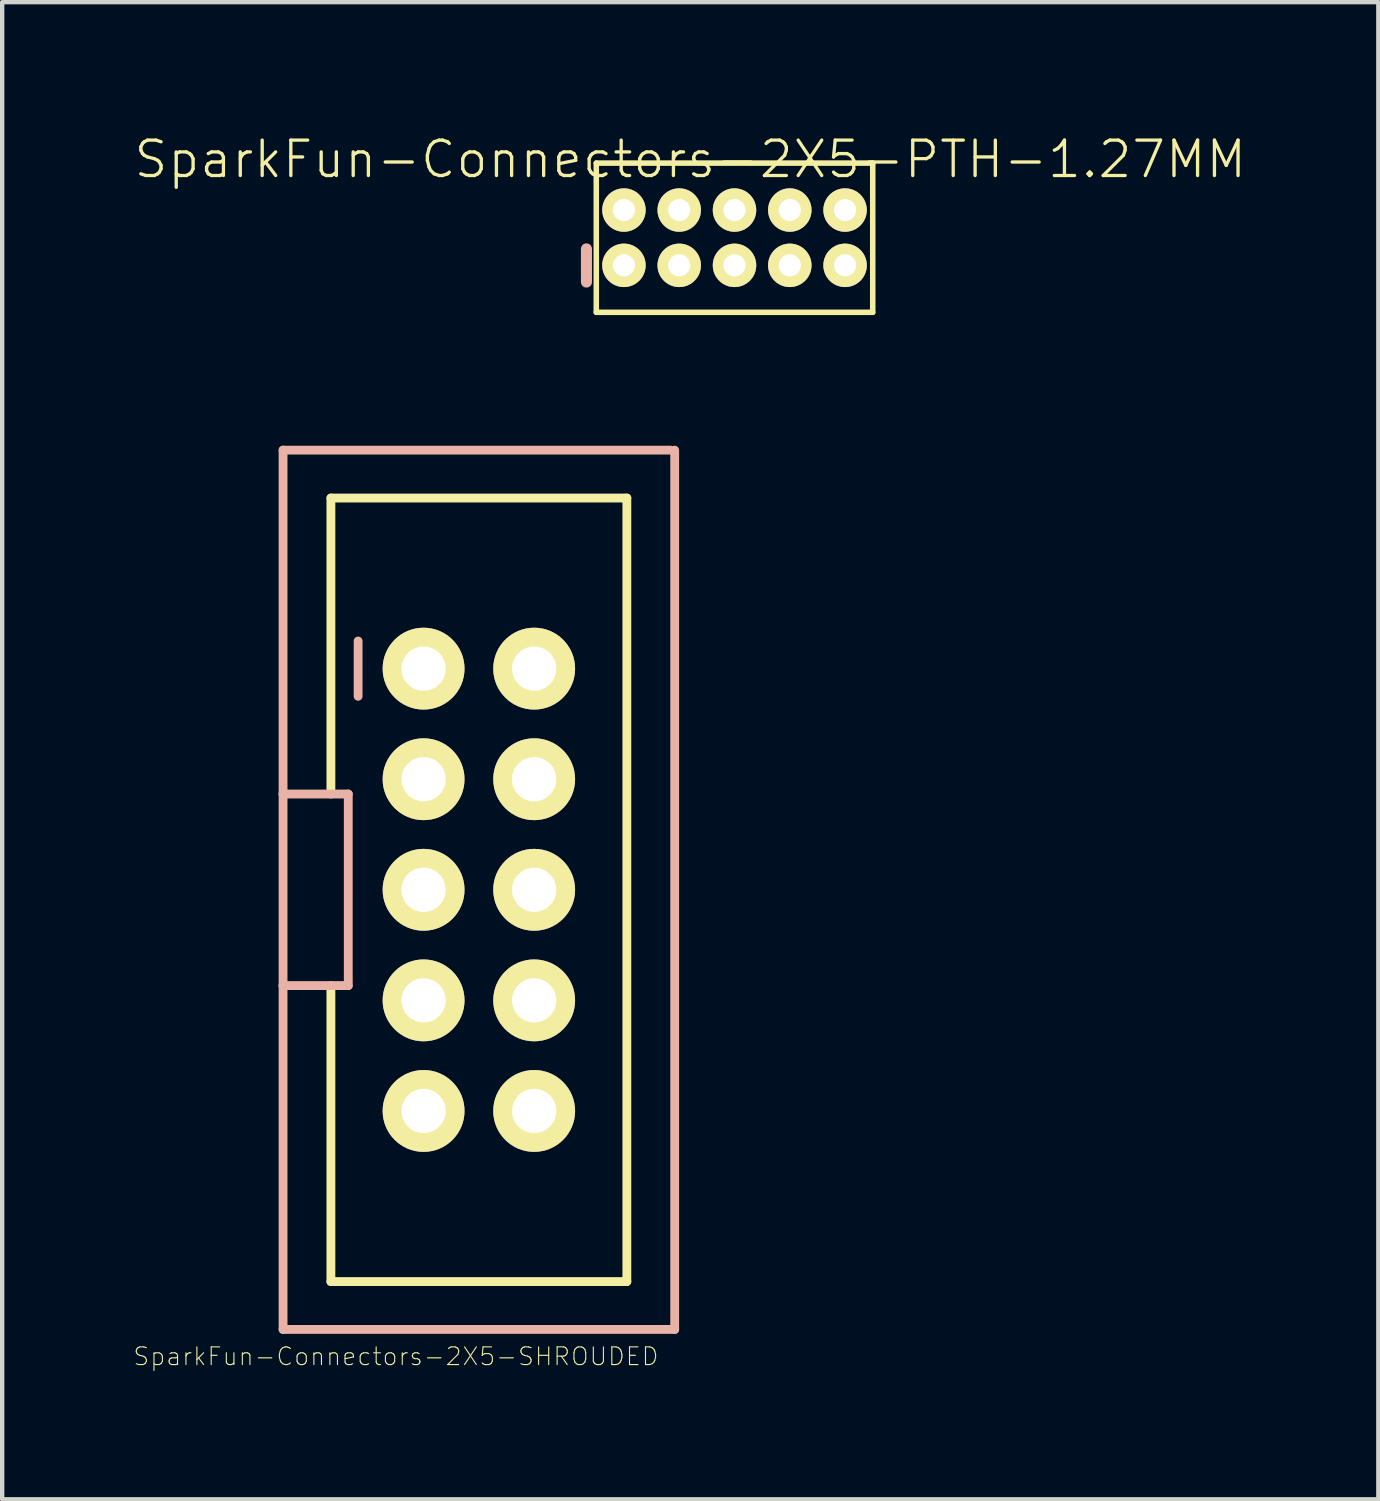
<source format=kicad_pcb>
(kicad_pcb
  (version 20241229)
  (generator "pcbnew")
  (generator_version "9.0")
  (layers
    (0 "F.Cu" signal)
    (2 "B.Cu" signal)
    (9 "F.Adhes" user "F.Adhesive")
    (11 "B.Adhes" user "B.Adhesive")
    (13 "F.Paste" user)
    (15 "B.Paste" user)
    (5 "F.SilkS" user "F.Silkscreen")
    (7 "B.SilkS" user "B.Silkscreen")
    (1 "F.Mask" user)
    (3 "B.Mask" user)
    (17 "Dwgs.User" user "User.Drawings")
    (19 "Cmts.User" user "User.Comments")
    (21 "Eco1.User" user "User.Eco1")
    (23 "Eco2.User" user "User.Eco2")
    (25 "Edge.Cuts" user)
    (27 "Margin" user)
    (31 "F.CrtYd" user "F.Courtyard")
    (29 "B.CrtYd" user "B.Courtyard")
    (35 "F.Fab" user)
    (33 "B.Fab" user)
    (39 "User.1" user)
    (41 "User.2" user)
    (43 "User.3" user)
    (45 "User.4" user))
  (footprint "SparkFun-Connectors-2X5-SHROUDED"
    (layer "F.Cu")
    (at 7.95 17.389)
    (property "Reference" "SparkFun-Connectors-2X5-SHROUDED" (at -1.905 10.719 0) (layer "F.SilkS") (effects (font (size 0.406 0.406) (thickness 0.025))))
    (attr exclude_from_pos_files exclude_from_bom)
    (fp_line (start -3.399 -8.999) (end -3.399 -2.2) (stroke (width 0.203) (type solid)) (layer "F.SilkS"))
    (fp_line (start -3.399 -8.999) (end 3.399 -8.999) (stroke (width 0.203) (type solid)) (layer "F.SilkS"))
    (fp_line (start -3.399 8.999) (end -3.399 2.2) (stroke (width 0.203) (type solid)) (layer "F.SilkS"))
    (fp_line (start -3.399 8.999) (end 3.399 8.999) (stroke (width 0.203) (type solid)) (layer "F.SilkS"))
    (fp_line (start -1.524 -5.334) (end -1.016 -5.334) (stroke (width 0.066) (type solid)) (layer "F.SilkS"))
    (fp_line (start -1.524 -4.826) (end -1.524 -5.334) (stroke (width 0.066) (type solid)) (layer "F.SilkS"))
    (fp_line (start -1.524 -4.826) (end -1.016 -4.826) (stroke (width 0.066) (type solid)) (layer "F.SilkS"))
    (fp_line (start -1.524 -2.794) (end -1.016 -2.794) (stroke (width 0.066) (type solid)) (layer "F.SilkS"))
    (fp_line (start -1.524 -2.286) (end -1.524 -2.794) (stroke (width 0.066) (type solid)) (layer "F.SilkS"))
    (fp_line (start -1.524 -2.286) (end -1.016 -2.286) (stroke (width 0.066) (type solid)) (layer "F.SilkS"))
    (fp_line (start -1.524 -0.254) (end -1.016 -0.254) (stroke (width 0.066) (type solid)) (layer "F.SilkS"))
    (fp_line (start -1.524 0.254) (end -1.524 -0.254) (stroke (width 0.066) (type solid)) (layer "F.SilkS"))
    (fp_line (start -1.524 0.254) (end -1.016 0.254) (stroke (width 0.066) (type solid)) (layer "F.SilkS"))
    (fp_line (start -1.524 2.286) (end -1.016 2.286) (stroke (width 0.066) (type solid)) (layer "F.SilkS"))
    (fp_line (start -1.524 2.286) (end -1.016 2.286) (stroke (width 0.066) (type solid)) (layer "F.SilkS"))
    (fp_line (start -1.524 2.794) (end -1.524 2.286) (stroke (width 0.066) (type solid)) (layer "F.SilkS"))
    (fp_line (start -1.524 2.794) (end -1.524 2.286) (stroke (width 0.066) (type solid)) (layer "F.SilkS"))
    (fp_line (start -1.524 2.794) (end -1.016 2.794) (stroke (width 0.066) (type solid)) (layer "F.SilkS"))
    (fp_line (start -1.524 2.794) (end -1.016 2.794) (stroke (width 0.066) (type solid)) (layer "F.SilkS"))
    (fp_line (start -1.524 4.826) (end -1.016 4.826) (stroke (width 0.066) (type solid)) (layer "F.SilkS"))
    (fp_line (start -1.524 5.334) (end -1.524 4.826) (stroke (width 0.066) (type solid)) (layer "F.SilkS"))
    (fp_line (start -1.524 5.334) (end -1.016 5.334) (stroke (width 0.066) (type solid)) (layer "F.SilkS"))
    (fp_line (start -1.016 -4.826) (end -1.016 -5.334) (stroke (width 0.066) (type solid)) (layer "F.SilkS"))
    (fp_line (start -1.016 -2.286) (end -1.016 -2.794) (stroke (width 0.066) (type solid)) (layer "F.SilkS"))
    (fp_line (start -1.016 0.254) (end -1.016 -0.254) (stroke (width 0.066) (type solid)) (layer "F.SilkS"))
    (fp_line (start -1.016 2.794) (end -1.016 2.286) (stroke (width 0.066) (type solid)) (layer "F.SilkS"))
    (fp_line (start -1.016 2.794) (end -1.016 2.286) (stroke (width 0.066) (type solid)) (layer "F.SilkS"))
    (fp_line (start -1.016 5.334) (end -1.016 4.826) (stroke (width 0.066) (type solid)) (layer "F.SilkS"))
    (fp_line (start 1.016 -5.334) (end 1.524 -5.334) (stroke (width 0.066) (type solid)) (layer "F.SilkS"))
    (fp_line (start 1.016 -4.826) (end 1.016 -5.334) (stroke (width 0.066) (type solid)) (layer "F.SilkS"))
    (fp_line (start 1.016 -4.826) (end 1.524 -4.826) (stroke (width 0.066) (type solid)) (layer "F.SilkS"))
    (fp_line (start 1.016 -2.794) (end 1.524 -2.794) (stroke (width 0.066) (type solid)) (layer "F.SilkS"))
    (fp_line (start 1.016 -2.286) (end 1.016 -2.794) (stroke (width 0.066) (type solid)) (layer "F.SilkS"))
    (fp_line (start 1.016 -2.286) (end 1.524 -2.286) (stroke (width 0.066) (type solid)) (layer "F.SilkS"))
    (fp_line (start 1.016 -0.254) (end 1.524 -0.254) (stroke (width 0.066) (type solid)) (layer "F.SilkS"))
    (fp_line (start 1.016 0.254) (end 1.016 -0.254) (stroke (width 0.066) (type solid)) (layer "F.SilkS"))
    (fp_line (start 1.016 0.254) (end 1.524 0.254) (stroke (width 0.066) (type solid)) (layer "F.SilkS"))
    (fp_line (start 1.016 2.286) (end 1.524 2.286) (stroke (width 0.066) (type solid)) (layer "F.SilkS"))
    (fp_line (start 1.016 2.286) (end 1.524 2.286) (stroke (width 0.066) (type solid)) (layer "F.SilkS"))
    (fp_line (start 1.016 2.794) (end 1.016 2.286) (stroke (width 0.066) (type solid)) (layer "F.SilkS"))
    (fp_line (start 1.016 2.794) (end 1.016 2.286) (stroke (width 0.066) (type solid)) (layer "F.SilkS"))
    (fp_line (start 1.016 2.794) (end 1.524 2.794) (stroke (width 0.066) (type solid)) (layer "F.SilkS"))
    (fp_line (start 1.016 2.794) (end 1.524 2.794) (stroke (width 0.066) (type solid)) (layer "F.SilkS"))
    (fp_line (start 1.016 4.826) (end 1.524 4.826) (stroke (width 0.066) (type solid)) (layer "F.SilkS"))
    (fp_line (start 1.016 5.334) (end 1.016 4.826) (stroke (width 0.066) (type solid)) (layer "F.SilkS"))
    (fp_line (start 1.016 5.334) (end 1.524 5.334) (stroke (width 0.066) (type solid)) (layer "F.SilkS"))
    (fp_line (start 1.524 -4.826) (end 1.524 -5.334) (stroke (width 0.066) (type solid)) (layer "F.SilkS"))
    (fp_line (start 1.524 -2.286) (end 1.524 -2.794) (stroke (width 0.066) (type solid)) (layer "F.SilkS"))
    (fp_line (start 1.524 0.254) (end 1.524 -0.254) (stroke (width 0.066) (type solid)) (layer "F.SilkS"))
    (fp_line (start 1.524 2.794) (end 1.524 2.286) (stroke (width 0.066) (type solid)) (layer "F.SilkS"))
    (fp_line (start 1.524 2.794) (end 1.524 2.286) (stroke (width 0.066) (type solid)) (layer "F.SilkS"))
    (fp_line (start 1.524 5.334) (end 1.524 4.826) (stroke (width 0.066) (type solid)) (layer "F.SilkS"))
    (fp_line (start 3.399 -8.999) (end 3.399 8.999) (stroke (width 0.203) (type solid)) (layer "F.SilkS"))
    (fp_line (start -4.498 -10.099) (end 4.399 -10.099) (stroke (width 0.203) (type solid)) (layer "B.SilkS"))
    (fp_line (start -4.498 -2.2) (end -4.498 -10.099) (stroke (width 0.203) (type solid)) (layer "B.SilkS"))
    (fp_line (start -4.498 -2.2) (end -3 -2.2) (stroke (width 0.203) (type solid)) (layer "B.SilkS"))
    (fp_line (start -4.498 2.2) (end -4.498 -2.2) (stroke (width 0.203) (type solid)) (layer "B.SilkS"))
    (fp_line (start -4.498 10.099) (end -4.498 2.2) (stroke (width 0.203) (type solid)) (layer "B.SilkS"))
    (fp_line (start -3 -2.2) (end -3 2.2) (stroke (width 0.203) (type solid)) (layer "B.SilkS"))
    (fp_line (start -3 2.2) (end -4.498 2.2) (stroke (width 0.203) (type solid)) (layer "B.SilkS"))
    (fp_line (start -2.774 -5.715) (end -2.774 -4.445) (stroke (width 0.203) (type solid)) (layer "B.SilkS"))
    (fp_line (start 4.498 -10.099) (end 4.498 10.099) (stroke (width 0.203) (type solid)) (layer "B.SilkS"))
    (fp_line (start 4.498 10.099) (end -4.498 10.099) (stroke (width 0.203) (type solid)) (layer "B.SilkS"))
    (pad "1" thru_hole circle (at -1.27 -5.08) (size 1.88 1.88) (drill 1.016) (layers "*.Cu" "F.Mask" "F.SilkS" "F.Paste"))
    (pad "2" thru_hole circle (at 1.27 -5.08) (size 1.88 1.88) (drill 1.016) (layers "*.Cu" "F.Mask" "F.SilkS" "F.Paste"))
    (pad "3" thru_hole circle (at -1.27 -2.54) (size 1.88 1.88) (drill 1.016) (layers "*.Cu" "F.Mask" "F.SilkS" "F.Paste"))
    (pad "4" thru_hole circle (at 1.27 -2.54) (size 1.88 1.88) (drill 1.016) (layers "*.Cu" "F.Mask" "F.SilkS" "F.Paste"))
    (pad "5" thru_hole circle (at -1.27 0) (size 1.88 1.88) (drill 1.016) (layers "*.Cu" "F.Mask" "F.SilkS" "F.Paste"))
    (pad "6" thru_hole circle (at 1.27 0) (size 1.88 1.88) (drill 1.016) (layers "*.Cu" "F.Mask" "F.SilkS" "F.Paste"))
    (pad "7" thru_hole circle (at -1.27 2.54) (size 1.88 1.88) (drill 1.016) (layers "*.Cu" "F.Mask" "F.SilkS" "F.Paste"))
    (pad "8" thru_hole circle (at 1.27 2.54) (size 1.88 1.88) (drill 1.016) (layers "*.Cu" "F.Mask" "F.SilkS" "F.Paste"))
    (pad "9" thru_hole circle (at -1.27 5.08) (size 1.88 1.88) (drill 1.016) (layers "*.Cu" "F.Mask" "F.SilkS" "F.Paste"))
    (pad "10" thru_hole circle (at 1.27 5.08) (size 1.88 1.88) (drill 1.016) (layers "*.Cu" "F.Mask" "F.SilkS" "F.Paste")))
  (footprint "SparkFun-Connectors-2X5-PTH-1.27MM"
    (layer "F.Cu")
    (at 13.822 2.41)
    (property "Reference" "SparkFun-Connectors-2X5-PTH-1.27MM" (at -1.016 -1.801 0) (layer "F.SilkS") (effects (font (size 0.813 0.813) (thickness 0.076))))
    (attr exclude_from_pos_files exclude_from_bom)
    (fp_line (start -3.175 -1.714) (end -3.175 1.714) (stroke (width 0.127) (type solid)) (layer "F.SilkS"))
    (fp_line (start -3.175 1.714) (end 3.175 1.714) (stroke (width 0.127) (type solid)) (layer "F.SilkS"))
    (fp_line (start 3.175 -1.714) (end -3.175 -1.714) (stroke (width 0.127) (type solid)) (layer "F.SilkS"))
    (fp_line (start 3.175 1.714) (end 3.175 -1.714) (stroke (width 0.127) (type solid)) (layer "F.SilkS"))
    (fp_line (start -3.401 1.019) (end -3.401 0.257) (stroke (width 0.254) (type solid)) (layer "B.SilkS"))
    (pad "1" thru_hole circle (at -2.54 0.635) (size 0.998 0.998) (drill 0.508) (layers "*.Cu" "F.Mask" "F.SilkS" "F.Paste"))
    (pad "2" thru_hole circle (at -2.54 -0.635) (size 0.998 0.998) (drill 0.508) (layers "*.Cu" "F.Mask" "F.SilkS" "F.Paste"))
    (pad "3" thru_hole circle (at -1.27 0.635) (size 0.998 0.998) (drill 0.508) (layers "*.Cu" "F.Mask" "F.SilkS" "F.Paste"))
    (pad "4" thru_hole circle (at -1.27 -0.635) (size 0.998 0.998) (drill 0.508) (layers "*.Cu" "F.Mask" "F.SilkS" "F.Paste"))
    (pad "5" thru_hole circle (at 0 0.635) (size 0.998 0.998) (drill 0.508) (layers "*.Cu" "F.Mask" "F.SilkS" "F.Paste"))
    (pad "6" thru_hole circle (at 0 -0.635) (size 0.998 0.998) (drill 0.508) (layers "*.Cu" "F.Mask" "F.SilkS" "F.Paste"))
    (pad "7" thru_hole circle (at 1.27 0.635) (size 0.998 0.998) (drill 0.508) (layers "*.Cu" "F.Mask" "F.SilkS" "F.Paste"))
    (pad "8" thru_hole circle (at 1.27 -0.635) (size 0.998 0.998) (drill 0.508) (layers "*.Cu" "F.Mask" "F.SilkS" "F.Paste"))
    (pad "9" thru_hole circle (at 2.54 0.635) (size 0.998 0.998) (drill 0.508) (layers "*.Cu" "F.Mask" "F.SilkS" "F.Paste"))
    (pad "10" thru_hole circle (at 2.54 -0.635) (size 0.998 0.998) (drill 0.508) (layers "*.Cu" "F.Mask" "F.SilkS" "F.Paste")))
  (gr_rect
    (start -3 -3)
    (end 28.611 31.39)
    (stroke (width 0.1) (type default))
    (fill no)
    (layer "Edge.Cuts")))
</source>
